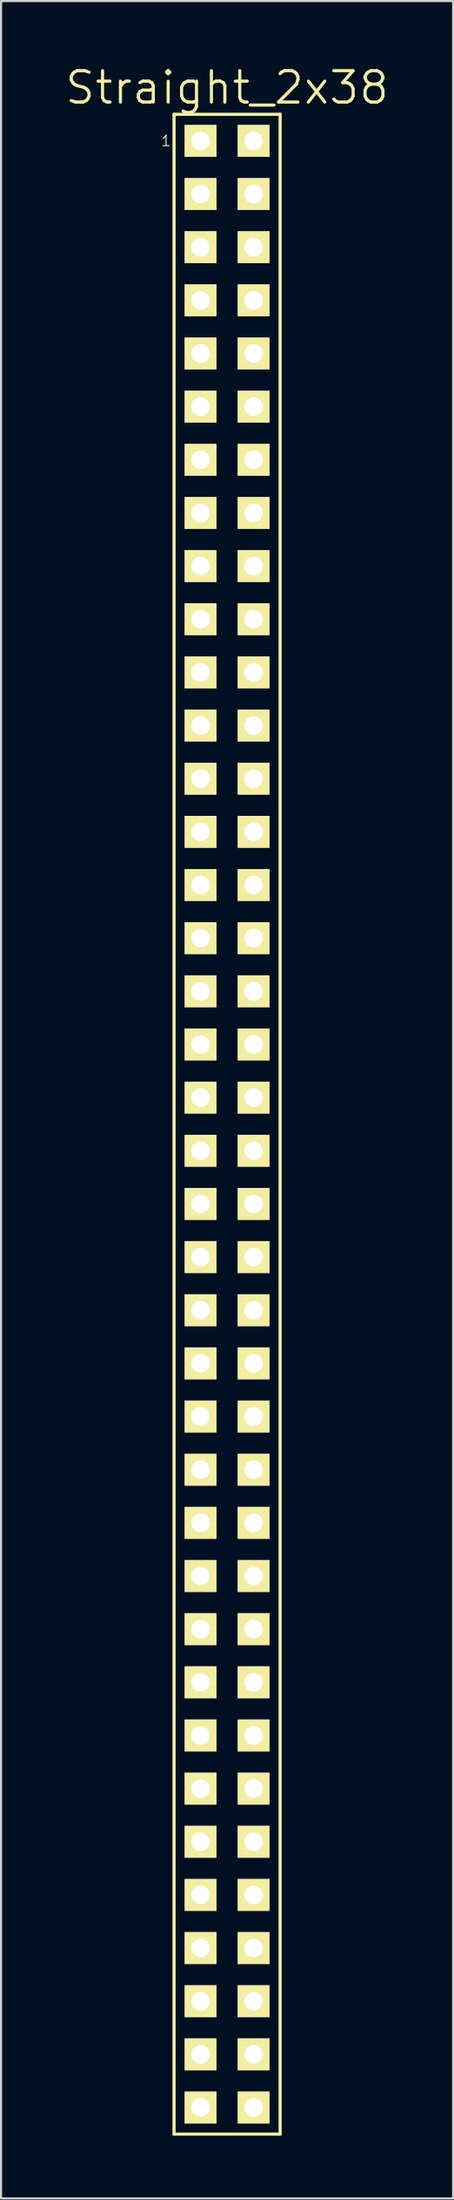
<source format=kicad_pcb>
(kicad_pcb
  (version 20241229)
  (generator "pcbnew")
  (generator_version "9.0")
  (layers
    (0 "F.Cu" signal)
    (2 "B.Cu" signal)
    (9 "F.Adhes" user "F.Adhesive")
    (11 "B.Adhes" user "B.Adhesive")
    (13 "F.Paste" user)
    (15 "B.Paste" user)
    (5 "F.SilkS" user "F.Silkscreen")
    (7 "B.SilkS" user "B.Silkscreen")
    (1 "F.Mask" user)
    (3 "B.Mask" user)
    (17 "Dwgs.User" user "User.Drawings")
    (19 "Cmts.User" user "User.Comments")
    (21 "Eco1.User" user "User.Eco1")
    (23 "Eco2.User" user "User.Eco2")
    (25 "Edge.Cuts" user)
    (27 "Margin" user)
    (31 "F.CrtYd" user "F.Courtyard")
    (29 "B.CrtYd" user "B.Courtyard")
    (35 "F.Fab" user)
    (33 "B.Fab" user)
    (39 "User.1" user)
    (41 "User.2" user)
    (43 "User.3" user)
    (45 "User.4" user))
  (footprint "Straight_2x38"
    (layer "F.Cu")
    (at 7.825 50.671)
    (property "Reference" "Straight_2x38" (at 0 -49.53 0) (layer "F.SilkS") (effects (font (size 1.5 1.5) (thickness 0.15))))
    (attr through_hole)
    (fp_line (start -2.54 -48.26) (end 2.54 -48.26) (stroke (width 0.15) (type solid)) (layer "F.SilkS"))
    (fp_line (start -2.54 48.26) (end -2.54 -48.26) (stroke (width 0.15) (type solid)) (layer "F.SilkS"))
    (fp_line (start 2.54 -48.26) (end 2.54 48.26) (stroke (width 0.15) (type solid)) (layer "F.SilkS"))
    (fp_line (start 2.54 48.26) (end -2.54 48.26) (stroke (width 0.15) (type solid)) (layer "F.SilkS"))
    (fp_text user "1" (at -2.921 -46.99 0) (layer "F.SilkS") (effects (font (size 0.5 0.5) (thickness 0.05))))
    (pad "1" thru_hole rect (at -1.27 -46.99) (size 1.524 1.524) (drill 0.889) (layers "*.Cu" "*.Mask" "F.SilkS"))
    (pad "2" thru_hole rect (at 1.27 -46.99) (size 1.524 1.524) (drill 0.889) (layers "*.Cu" "*.Mask" "F.SilkS"))
    (pad "3" thru_hole rect (at -1.27 -44.45) (size 1.524 1.524) (drill 0.889) (layers "*.Cu" "*.Mask" "F.SilkS"))
    (pad "4" thru_hole rect (at 1.27 -44.45) (size 1.524 1.524) (drill 0.889) (layers "*.Cu" "*.Mask" "F.SilkS"))
    (pad "5" thru_hole rect (at -1.27 -41.91) (size 1.524 1.524) (drill 0.889) (layers "*.Cu" "*.Mask" "F.SilkS"))
    (pad "6" thru_hole rect (at 1.27 -41.91) (size 1.524 1.524) (drill 0.889) (layers "*.Cu" "*.Mask" "F.SilkS"))
    (pad "7" thru_hole rect (at -1.27 -39.37) (size 1.524 1.524) (drill 0.889) (layers "*.Cu" "*.Mask" "F.SilkS"))
    (pad "8" thru_hole rect (at 1.27 -39.37) (size 1.524 1.524) (drill 0.889) (layers "*.Cu" "*.Mask" "F.SilkS"))
    (pad "9" thru_hole rect (at -1.27 -36.83) (size 1.524 1.524) (drill 0.889) (layers "*.Cu" "*.Mask" "F.SilkS"))
    (pad "10" thru_hole rect (at 1.27 -36.83) (size 1.524 1.524) (drill 0.889) (layers "*.Cu" "*.Mask" "F.SilkS"))
    (pad "11" thru_hole rect (at -1.27 -34.29) (size 1.524 1.524) (drill 0.889) (layers "*.Cu" "*.Mask" "F.SilkS"))
    (pad "12" thru_hole rect (at 1.27 -34.29) (size 1.524 1.524) (drill 0.889) (layers "*.Cu" "*.Mask" "F.SilkS"))
    (pad "13" thru_hole rect (at -1.27 -31.75) (size 1.524 1.524) (drill 0.889) (layers "*.Cu" "*.Mask" "F.SilkS"))
    (pad "14" thru_hole rect (at 1.27 -31.75) (size 1.524 1.524) (drill 0.889) (layers "*.Cu" "*.Mask" "F.SilkS"))
    (pad "15" thru_hole rect (at -1.27 -29.21) (size 1.524 1.524) (drill 0.889) (layers "*.Cu" "*.Mask" "F.SilkS"))
    (pad "16" thru_hole rect (at 1.27 -29.21) (size 1.524 1.524) (drill 0.889) (layers "*.Cu" "*.Mask" "F.SilkS"))
    (pad "17" thru_hole rect (at -1.27 -26.67) (size 1.524 1.524) (drill 0.889) (layers "*.Cu" "*.Mask" "F.SilkS"))
    (pad "18" thru_hole rect (at 1.27 -26.67) (size 1.524 1.524) (drill 0.889) (layers "*.Cu" "*.Mask" "F.SilkS"))
    (pad "19" thru_hole rect (at -1.27 -24.13) (size 1.524 1.524) (drill 0.889) (layers "*.Cu" "*.Mask" "F.SilkS"))
    (pad "20" thru_hole rect (at 1.27 -24.13) (size 1.524 1.524) (drill 0.889) (layers "*.Cu" "*.Mask" "F.SilkS"))
    (pad "21" thru_hole rect (at -1.27 -21.59) (size 1.524 1.524) (drill 0.889) (layers "*.Cu" "*.Mask" "F.SilkS"))
    (pad "22" thru_hole rect (at 1.27 -21.59) (size 1.524 1.524) (drill 0.889) (layers "*.Cu" "*.Mask" "F.SilkS"))
    (pad "23" thru_hole rect (at -1.27 -19.05) (size 1.524 1.524) (drill 0.889) (layers "*.Cu" "*.Mask" "F.SilkS"))
    (pad "24" thru_hole rect (at 1.27 -19.05) (size 1.524 1.524) (drill 0.889) (layers "*.Cu" "*.Mask" "F.SilkS"))
    (pad "25" thru_hole rect (at -1.27 -16.51) (size 1.524 1.524) (drill 0.889) (layers "*.Cu" "*.Mask" "F.SilkS"))
    (pad "26" thru_hole rect (at 1.27 -16.51) (size 1.524 1.524) (drill 0.889) (layers "*.Cu" "*.Mask" "F.SilkS"))
    (pad "27" thru_hole rect (at -1.27 -13.97) (size 1.524 1.524) (drill 0.889) (layers "*.Cu" "*.Mask" "F.SilkS"))
    (pad "28" thru_hole rect (at 1.27 -13.97) (size 1.524 1.524) (drill 0.889) (layers "*.Cu" "*.Mask" "F.SilkS"))
    (pad "29" thru_hole rect (at -1.27 -11.43) (size 1.524 1.524) (drill 0.889) (layers "*.Cu" "*.Mask" "F.SilkS"))
    (pad "30" thru_hole rect (at 1.27 -11.43) (size 1.524 1.524) (drill 0.889) (layers "*.Cu" "*.Mask" "F.SilkS"))
    (pad "31" thru_hole rect (at -1.27 -8.89) (size 1.524 1.524) (drill 0.889) (layers "*.Cu" "*.Mask" "F.SilkS"))
    (pad "32" thru_hole rect (at 1.27 -8.89) (size 1.524 1.524) (drill 0.889) (layers "*.Cu" "*.Mask" "F.SilkS"))
    (pad "33" thru_hole rect (at -1.27 -6.35) (size 1.524 1.524) (drill 0.889) (layers "*.Cu" "*.Mask" "F.SilkS"))
    (pad "34" thru_hole rect (at 1.27 -6.35) (size 1.524 1.524) (drill 0.889) (layers "*.Cu" "*.Mask" "F.SilkS"))
    (pad "35" thru_hole rect (at -1.27 -3.81) (size 1.524 1.524) (drill 0.889) (layers "*.Cu" "*.Mask" "F.SilkS"))
    (pad "36" thru_hole rect (at 1.27 -3.81) (size 1.524 1.524) (drill 0.889) (layers "*.Cu" "*.Mask" "F.SilkS"))
    (pad "37" thru_hole rect (at -1.27 -1.27) (size 1.524 1.524) (drill 0.889) (layers "*.Cu" "*.Mask" "F.SilkS"))
    (pad "38" thru_hole rect (at 1.27 -1.27) (size 1.524 1.524) (drill 0.889) (layers "*.Cu" "*.Mask" "F.SilkS"))
    (pad "39" thru_hole rect (at -1.27 1.27) (size 1.524 1.524) (drill 0.889) (layers "*.Cu" "*.Mask" "F.SilkS"))
    (pad "40" thru_hole rect (at 1.27 1.27) (size 1.524 1.524) (drill 0.889) (layers "*.Cu" "*.Mask" "F.SilkS"))
    (pad "41" thru_hole rect (at -1.27 3.81) (size 1.524 1.524) (drill 0.889) (layers "*.Cu" "*.Mask" "F.SilkS"))
    (pad "42" thru_hole rect (at 1.27 3.81) (size 1.524 1.524) (drill 0.889) (layers "*.Cu" "*.Mask" "F.SilkS"))
    (pad "43" thru_hole rect (at -1.27 6.35) (size 1.524 1.524) (drill 0.889) (layers "*.Cu" "*.Mask" "F.SilkS"))
    (pad "44" thru_hole rect (at 1.27 6.35) (size 1.524 1.524) (drill 0.889) (layers "*.Cu" "*.Mask" "F.SilkS"))
    (pad "45" thru_hole rect (at -1.27 8.89) (size 1.524 1.524) (drill 0.889) (layers "*.Cu" "*.Mask" "F.SilkS"))
    (pad "46" thru_hole rect (at 1.27 8.89) (size 1.524 1.524) (drill 0.889) (layers "*.Cu" "*.Mask" "F.SilkS"))
    (pad "47" thru_hole rect (at -1.27 11.43) (size 1.524 1.524) (drill 0.889) (layers "*.Cu" "*.Mask" "F.SilkS"))
    (pad "48" thru_hole rect (at 1.27 11.43) (size 1.524 1.524) (drill 0.889) (layers "*.Cu" "*.Mask" "F.SilkS"))
    (pad "49" thru_hole rect (at -1.27 13.97) (size 1.524 1.524) (drill 0.889) (layers "*.Cu" "*.Mask" "F.SilkS"))
    (pad "50" thru_hole rect (at 1.27 13.97) (size 1.524 1.524) (drill 0.889) (layers "*.Cu" "*.Mask" "F.SilkS"))
    (pad "51" thru_hole rect (at -1.27 16.51) (size 1.524 1.524) (drill 0.889) (layers "*.Cu" "*.Mask" "F.SilkS"))
    (pad "52" thru_hole rect (at 1.27 16.51) (size 1.524 1.524) (drill 0.889) (layers "*.Cu" "*.Mask" "F.SilkS"))
    (pad "53" thru_hole rect (at -1.27 19.05) (size 1.524 1.524) (drill 0.889) (layers "*.Cu" "*.Mask" "F.SilkS"))
    (pad "54" thru_hole rect (at 1.27 19.05) (size 1.524 1.524) (drill 0.889) (layers "*.Cu" "*.Mask" "F.SilkS"))
    (pad "55" thru_hole rect (at -1.27 21.59) (size 1.524 1.524) (drill 0.889) (layers "*.Cu" "*.Mask" "F.SilkS"))
    (pad "56" thru_hole rect (at 1.27 21.59) (size 1.524 1.524) (drill 0.889) (layers "*.Cu" "*.Mask" "F.SilkS"))
    (pad "57" thru_hole rect (at -1.27 24.13) (size 1.524 1.524) (drill 0.889) (layers "*.Cu" "*.Mask" "F.SilkS"))
    (pad "58" thru_hole rect (at 1.27 24.13) (size 1.524 1.524) (drill 0.889) (layers "*.Cu" "*.Mask" "F.SilkS"))
    (pad "59" thru_hole rect (at -1.27 26.67) (size 1.524 1.524) (drill 0.889) (layers "*.Cu" "*.Mask" "F.SilkS"))
    (pad "60" thru_hole rect (at 1.27 26.67) (size 1.524 1.524) (drill 0.889) (layers "*.Cu" "*.Mask" "F.SilkS"))
    (pad "61" thru_hole rect (at -1.27 29.21) (size 1.524 1.524) (drill 0.889) (layers "*.Cu" "*.Mask" "F.SilkS"))
    (pad "62" thru_hole rect (at 1.27 29.21) (size 1.524 1.524) (drill 0.889) (layers "*.Cu" "*.Mask" "F.SilkS"))
    (pad "63" thru_hole rect (at -1.27 31.75) (size 1.524 1.524) (drill 0.889) (layers "*.Cu" "*.Mask" "F.SilkS"))
    (pad "64" thru_hole rect (at 1.27 31.75) (size 1.524 1.524) (drill 0.889) (layers "*.Cu" "*.Mask" "F.SilkS"))
    (pad "65" thru_hole rect (at -1.27 34.29) (size 1.524 1.524) (drill 0.889) (layers "*.Cu" "*.Mask" "F.SilkS"))
    (pad "66" thru_hole rect (at 1.27 34.29) (size 1.524 1.524) (drill 0.889) (layers "*.Cu" "*.Mask" "F.SilkS"))
    (pad "67" thru_hole rect (at -1.27 36.83) (size 1.524 1.524) (drill 0.889) (layers "*.Cu" "*.Mask" "F.SilkS"))
    (pad "68" thru_hole rect (at 1.27 36.83) (size 1.524 1.524) (drill 0.889) (layers "*.Cu" "*.Mask" "F.SilkS"))
    (pad "69" thru_hole rect (at -1.27 39.37) (size 1.524 1.524) (drill 0.889) (layers "*.Cu" "*.Mask" "F.SilkS"))
    (pad "70" thru_hole rect (at 1.27 39.37) (size 1.524 1.524) (drill 0.889) (layers "*.Cu" "*.Mask" "F.SilkS"))
    (pad "71" thru_hole rect (at -1.27 41.91) (size 1.524 1.524) (drill 0.889) (layers "*.Cu" "*.Mask" "F.SilkS"))
    (pad "72" thru_hole rect (at 1.27 41.91) (size 1.524 1.524) (drill 0.889) (layers "*.Cu" "*.Mask" "F.SilkS"))
    (pad "73" thru_hole rect (at -1.27 44.45) (size 1.524 1.524) (drill 0.889) (layers "*.Cu" "*.Mask" "F.SilkS"))
    (pad "74" thru_hole rect (at 1.27 44.45) (size 1.524 1.524) (drill 0.889) (layers "*.Cu" "*.Mask" "F.SilkS"))
    (pad "75" thru_hole rect (at -1.27 46.99) (size 1.524 1.524) (drill 0.889) (layers "*.Cu" "*.Mask" "F.SilkS"))
    (pad "76" thru_hole rect (at 1.27 46.99) (size 1.524 1.524) (drill 0.889) (layers "*.Cu" "*.Mask" "F.SilkS")))
  (gr_rect
    (start -3 -3)
    (end 18.65 102.006)
    (stroke (width 0.1) (type default))
    (fill no)
    (layer "Edge.Cuts")))
</source>
